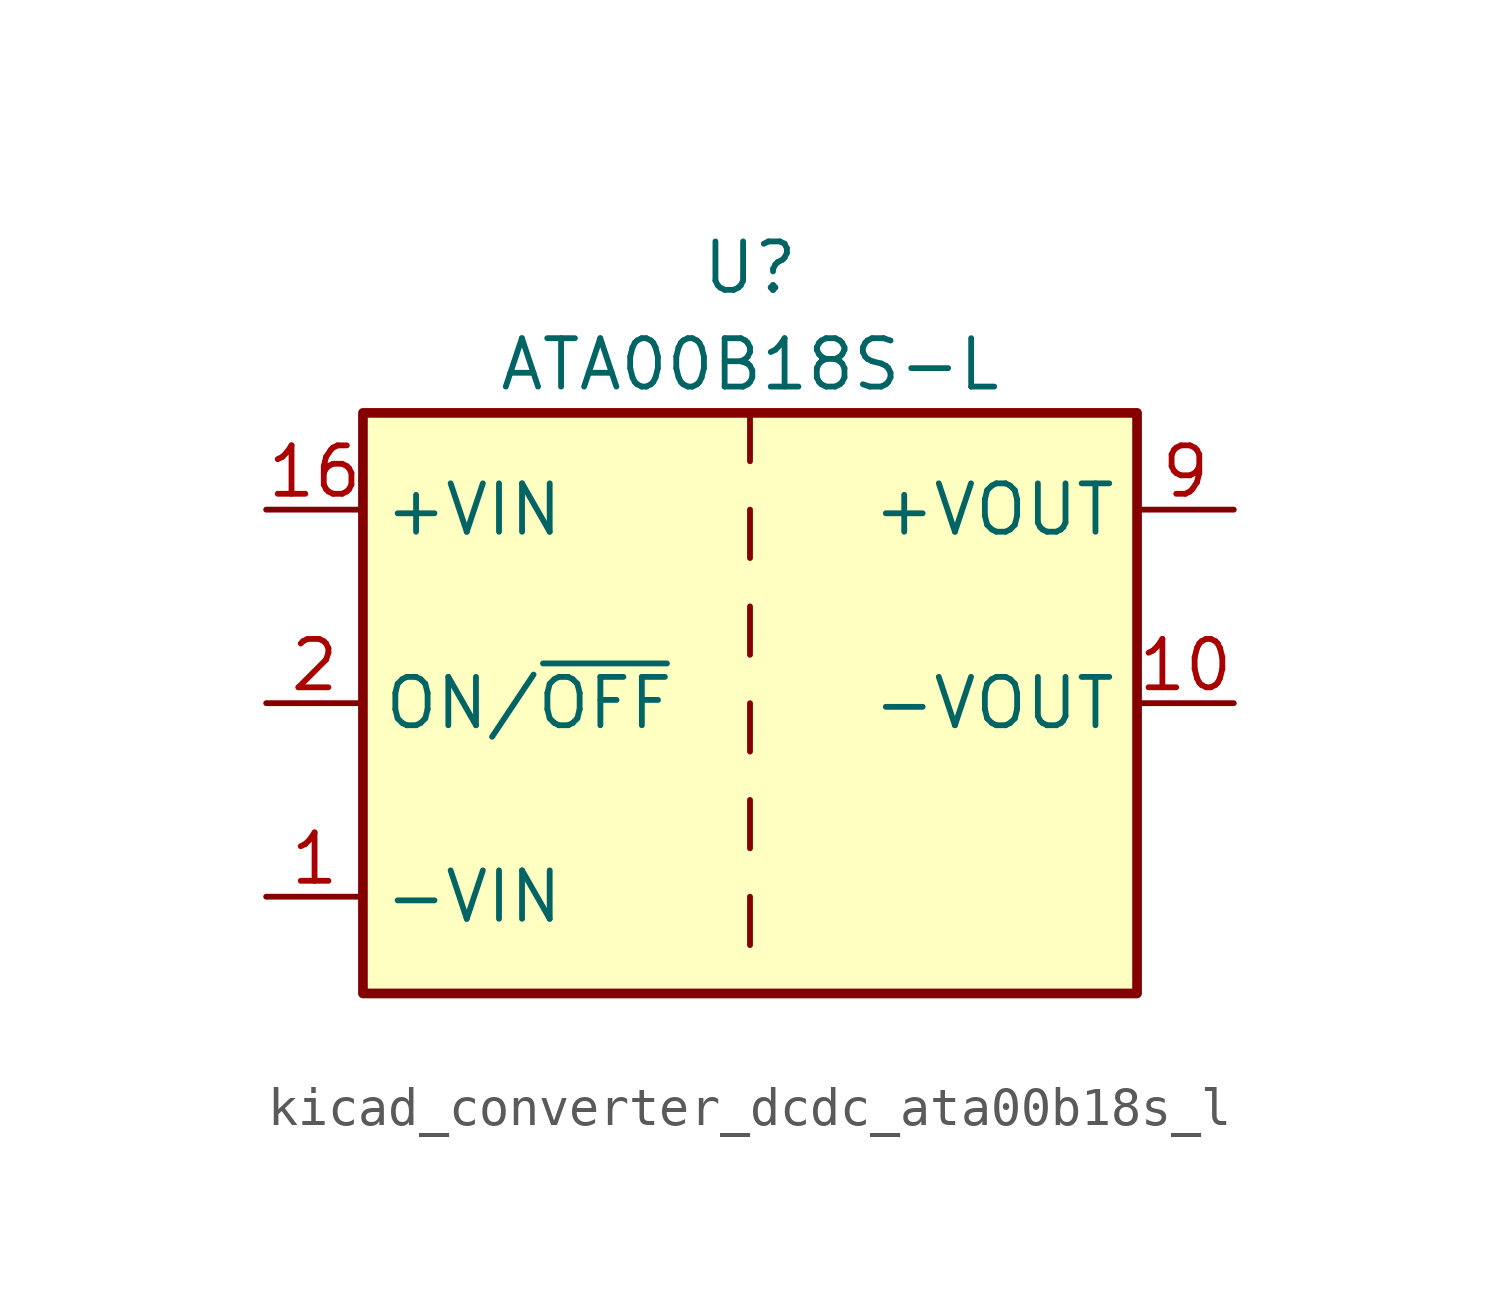
<source format=kicad_sym>
(kicad_symbol_lib
  (version 20220914)
  (generator kicad_symbol_editor)
  (symbol "kicad_converter_dcdc_ata00b18s_l"
    (property "Reference" "U"
      (at 0 11.43 0)
      (effects (font (size 1.27 1.27))))
    (property "Value" "ATA00B18S-L"
      (at 0 8.89 0)
      (effects (font (size 1.27 1.27))))
    (symbol "kicad_converter_dcdc_ata00b18s_l_0_1"
      (rectangle (start -10.16 7.62) (end 10.16 -7.62) (stroke (width 0.254) (type default)) (fill (type background)))
      (polyline (pts (xy 0 -5.08) (xy 0 -6.35)) (stroke (width 0) (type default)) (fill (type none)))
      (polyline (pts (xy 0 -2.54) (xy 0 -3.81)) (stroke (width 0) (type default)) (fill (type none)))
      (polyline (pts (xy 0 0) (xy 0 -1.27)) (stroke (width 0) (type default)) (fill (type none)))
      (polyline (pts (xy 0 2.54) (xy 0 1.27)) (stroke (width 0) (type default)) (fill (type none)))
      (polyline (pts (xy 0 5.08) (xy 0 3.81)) (stroke (width 0) (type default)) (fill (type none)))
      (polyline (pts (xy 0 7.62) (xy 0 6.35)) (stroke (width 0) (type default)) (fill (type none))))
    (symbol "kicad_converter_dcdc_ata00b18s_l_1_1"
      (pin power_in line (at -12.7 -5.08 0) (length 2.54) (name "-VIN" (effects (font (size 1.27 1.27)))) (number "1" (effects (font (size 1.27 1.27)))))
      (pin power_out line (at 12.7 0 180) (length 2.54) (name "-VOUT" (effects (font (size 1.27 1.27)))) (number "10" (effects (font (size 1.27 1.27)))))
      (pin power_in line (at -12.7 5.08 0) (length 2.54) (name "+VIN" (effects (font (size 1.27 1.27)))) (number "16" (effects (font (size 1.27 1.27)))))
      (pin input line (at -12.7 0 0) (length 2.54) (name "ON/~{OFF}" (effects (font (size 1.27 1.27)))) (number "2" (effects (font (size 1.27 1.27)))))
      (pin no_connect line (at 10.16 -2.54 180) (length 2.54) hide (name "NC" (effects (font (size 1.27 1.27)))) (number "7" (effects (font (size 1.27 1.27)))))
      (pin no_connect line (at 10.16 -5.08 180) (length 2.54) hide (name "NC" (effects (font (size 1.27 1.27)))) (number "8" (effects (font (size 1.27 1.27)))))
      (pin power_out line (at 12.7 5.08 180) (length 2.54) (name "+VOUT" (effects (font (size 1.27 1.27)))) (number "9" (effects (font (size 1.27 1.27))))))))
</source>
